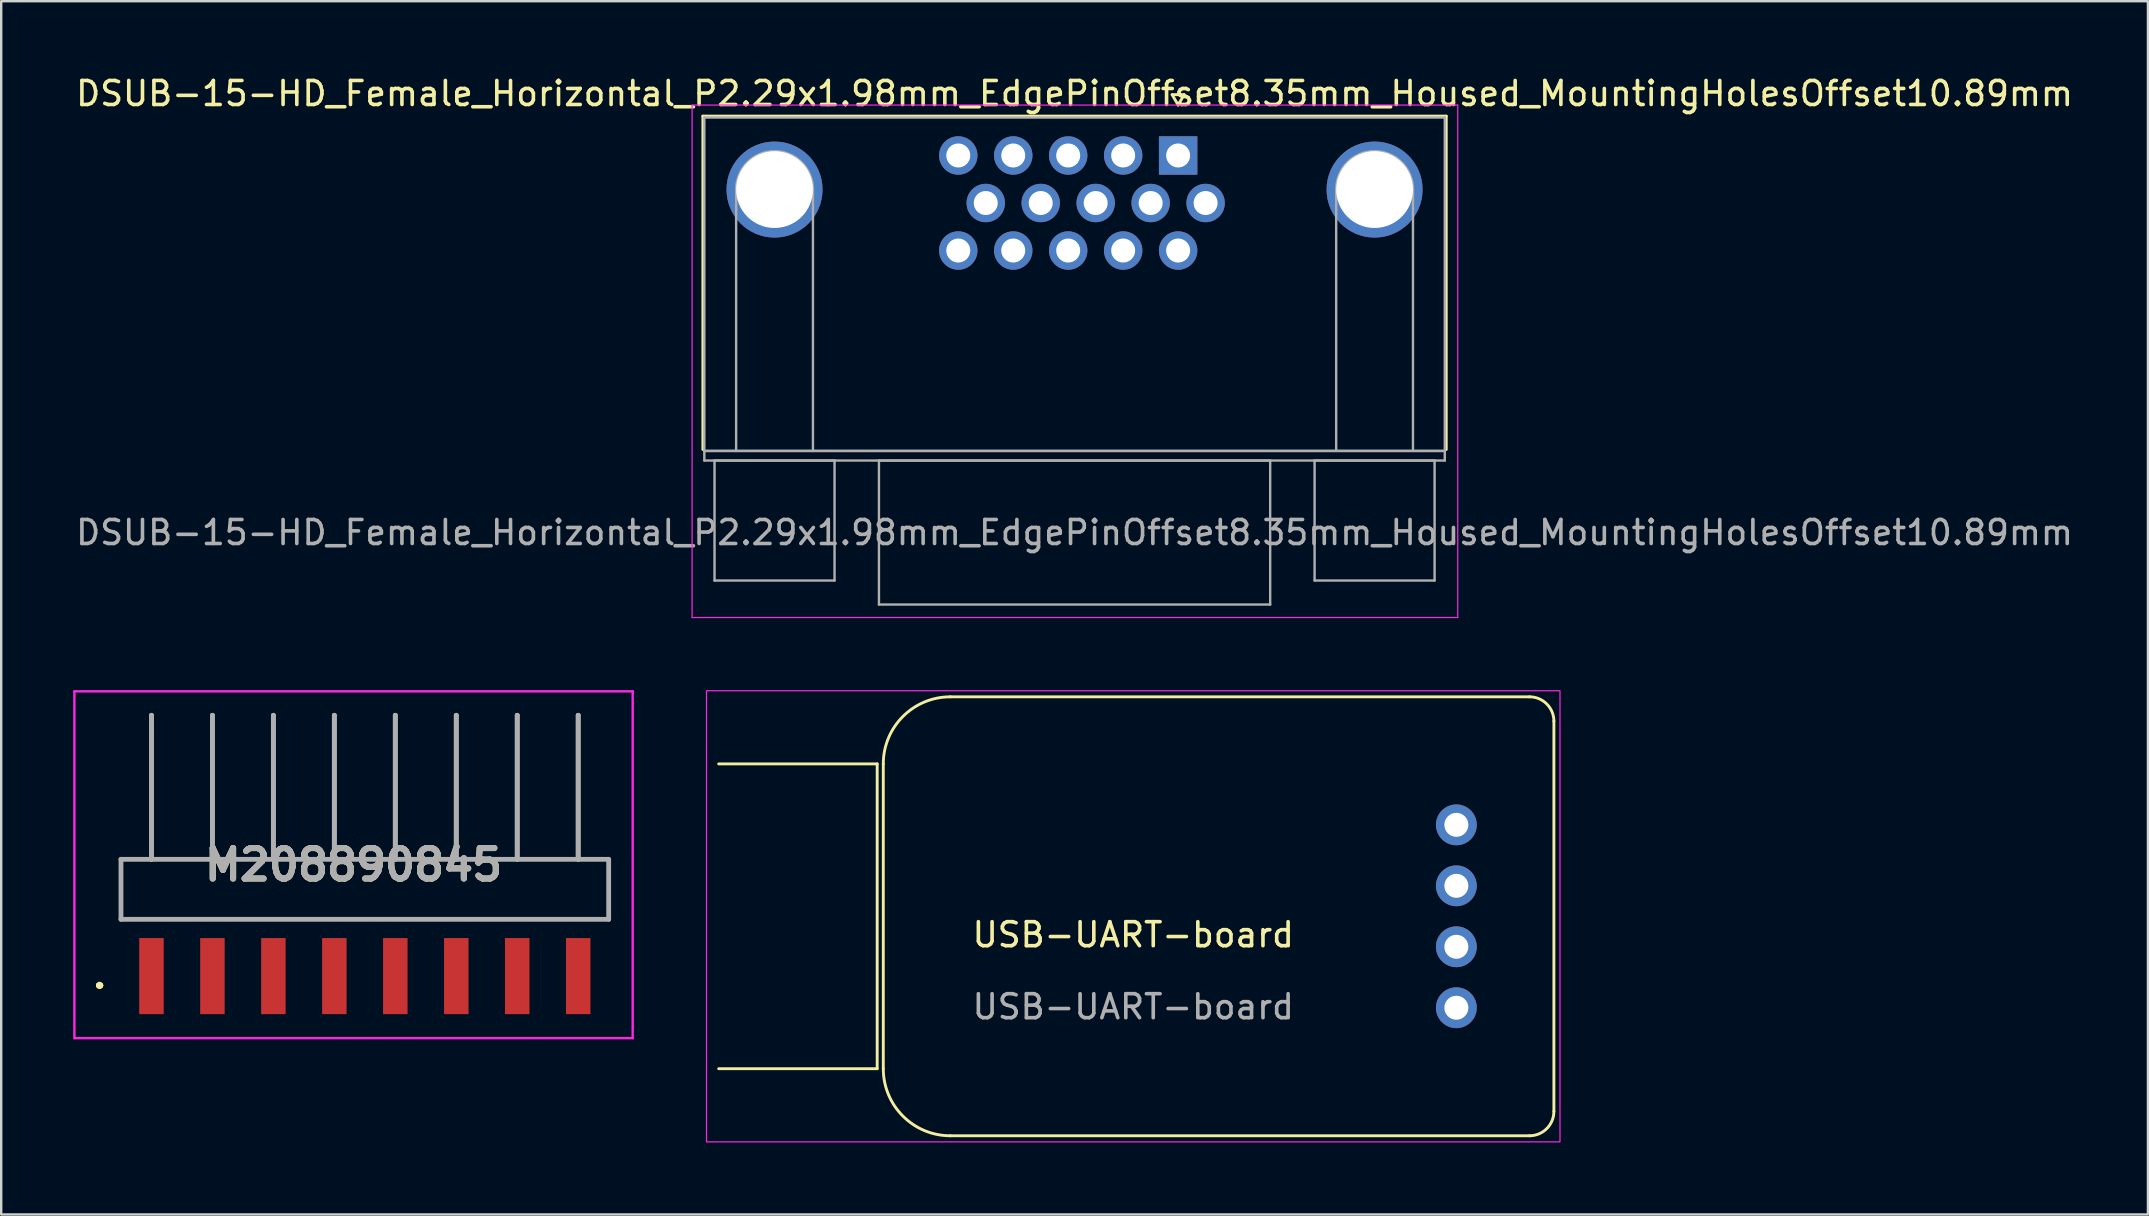
<source format=kicad_pcb>
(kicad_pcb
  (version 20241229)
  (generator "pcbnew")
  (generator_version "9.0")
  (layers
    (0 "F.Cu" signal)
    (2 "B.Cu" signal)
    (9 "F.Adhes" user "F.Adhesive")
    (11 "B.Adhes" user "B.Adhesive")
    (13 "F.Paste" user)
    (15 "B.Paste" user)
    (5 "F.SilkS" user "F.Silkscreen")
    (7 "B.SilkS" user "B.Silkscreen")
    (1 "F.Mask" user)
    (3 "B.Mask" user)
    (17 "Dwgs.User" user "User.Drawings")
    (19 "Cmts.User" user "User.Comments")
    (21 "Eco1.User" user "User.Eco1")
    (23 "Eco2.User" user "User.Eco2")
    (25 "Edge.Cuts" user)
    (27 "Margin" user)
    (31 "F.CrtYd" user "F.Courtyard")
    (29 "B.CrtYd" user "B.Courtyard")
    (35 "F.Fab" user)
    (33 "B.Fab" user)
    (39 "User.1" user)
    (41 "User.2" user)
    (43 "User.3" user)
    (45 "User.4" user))
  (footprint "M208890845"
    (layer "F.Cu")
    (at 12.15 34.003)
    (property "Reference" "M208890845" (at -0.47 -1.025 0) (layer "F.SilkS") (effects (font (size 1.27 1.27) (thickness 0.254))))
    (attr smd)
    (fp_line (start -11.1 4) (end -11.1 4) (stroke (width 0.2) (type solid)) (layer "F.SilkS"))
    (fp_line (start -11.1 4) (end -11.1 4) (stroke (width 0.2) (type solid)) (layer "F.SilkS"))
    (fp_line (start -11 4) (end -11 4) (stroke (width 0.2) (type solid)) (layer "F.SilkS"))
    (fp_line (start -10.16 -1.25) (end 10.16 -1.25) (stroke (width 0.1) (type solid)) (layer "F.SilkS"))
    (fp_line (start -10.16 1.25) (end -10.16 -1.25) (stroke (width 0.1) (type solid)) (layer "F.SilkS"))
    (fp_line (start 10.16 -1.25) (end 10.16 1.25) (stroke (width 0.1) (type solid)) (layer "F.SilkS"))
    (fp_line (start 10.16 1.25) (end -10.16 1.25) (stroke (width 0.1) (type solid)) (layer "F.SilkS"))
    (fp_arc (start -11.1 4) (mid -11.05 3.95) (end -11 4) (stroke (width 0.2) (type solid)) (layer "F.SilkS"))
    (fp_arc (start -11 4) (mid -11.05 4.05) (end -11.1 4) (stroke (width 0.2) (type solid)) (layer "F.SilkS"))
    (fp_arc (start -11 4) (mid -11.05 4.05) (end -11.1 4) (stroke (width 0.2) (type solid)) (layer "F.SilkS"))
    (fp_line (start -12.1 -8.25) (end 11.16 -8.25) (stroke (width 0.1) (type solid)) (layer "F.CrtYd"))
    (fp_line (start -12.1 6.2) (end -12.1 -8.25) (stroke (width 0.1) (type solid)) (layer "F.CrtYd"))
    (fp_line (start 11.16 -8.25) (end 11.16 6.2) (stroke (width 0.1) (type solid)) (layer "F.CrtYd"))
    (fp_line (start 11.16 6.2) (end -12.1 6.2) (stroke (width 0.1) (type solid)) (layer "F.CrtYd"))
    (fp_line (start -10.16 -1.25) (end -10.16 1.25) (stroke (width 0.2) (type solid)) (layer "F.Fab"))
    (fp_line (start -10.16 1.25) (end 10.16 1.25) (stroke (width 0.2) (type solid)) (layer "F.Fab"))
    (fp_line (start -8.89 -7.25) (end -8.89 -7.25) (stroke (width 0.2) (type solid)) (layer "F.Fab"))
    (fp_line (start -8.89 -7.25) (end -8.89 -1.25) (stroke (width 0.2) (type solid)) (layer "F.Fab"))
    (fp_line (start -8.89 -1.25) (end -8.89 -7.25) (stroke (width 0.2) (type solid)) (layer "F.Fab"))
    (fp_line (start -8.89 -1.25) (end -8.89 -1.25) (stroke (width 0.2) (type solid)) (layer "F.Fab"))
    (fp_line (start -6.35 -7.25) (end -6.35 -7.25) (stroke (width 0.2) (type solid)) (layer "F.Fab"))
    (fp_line (start -6.35 -7.25) (end -6.35 -1.25) (stroke (width 0.2) (type solid)) (layer "F.Fab"))
    (fp_line (start -6.35 -1.25) (end -6.35 -7.25) (stroke (width 0.2) (type solid)) (layer "F.Fab"))
    (fp_line (start -6.35 -1.25) (end -6.35 -1.25) (stroke (width 0.2) (type solid)) (layer "F.Fab"))
    (fp_line (start -3.81 -7.25) (end -3.81 -7.25) (stroke (width 0.2) (type solid)) (layer "F.Fab"))
    (fp_line (start -3.81 -7.25) (end -3.81 -1.25) (stroke (width 0.2) (type solid)) (layer "F.Fab"))
    (fp_line (start -3.81 -1.25) (end -3.81 -7.25) (stroke (width 0.2) (type solid)) (layer "F.Fab"))
    (fp_line (start -3.81 -1.25) (end -3.81 -1.25) (stroke (width 0.2) (type solid)) (layer "F.Fab"))
    (fp_line (start -1.27 -7.25) (end -1.27 -7.25) (stroke (width 0.2) (type solid)) (layer "F.Fab"))
    (fp_line (start -1.27 -7.25) (end -1.27 -1.25) (stroke (width 0.2) (type solid)) (layer "F.Fab"))
    (fp_line (start -1.27 -1.25) (end -1.27 -7.25) (stroke (width 0.2) (type solid)) (layer "F.Fab"))
    (fp_line (start -1.27 -1.25) (end -1.27 -1.25) (stroke (width 0.2) (type solid)) (layer "F.Fab"))
    (fp_line (start 1.27 -7.25) (end 1.27 -7.25) (stroke (width 0.2) (type solid)) (layer "F.Fab"))
    (fp_line (start 1.27 -7.25) (end 1.27 -1.25) (stroke (width 0.2) (type solid)) (layer "F.Fab"))
    (fp_line (start 1.27 -1.25) (end 1.27 -7.25) (stroke (width 0.2) (type solid)) (layer "F.Fab"))
    (fp_line (start 1.27 -1.25) (end 1.27 -1.25) (stroke (width 0.2) (type solid)) (layer "F.Fab"))
    (fp_line (start 3.81 -7.25) (end 3.81 -7.25) (stroke (width 0.2) (type solid)) (layer "F.Fab"))
    (fp_line (start 3.81 -7.25) (end 3.81 -1.25) (stroke (width 0.2) (type solid)) (layer "F.Fab"))
    (fp_line (start 3.81 -1.25) (end 3.81 -7.25) (stroke (width 0.2) (type solid)) (layer "F.Fab"))
    (fp_line (start 3.81 -1.25) (end 3.81 -1.25) (stroke (width 0.2) (type solid)) (layer "F.Fab"))
    (fp_line (start 6.35 -7.25) (end 6.35 -7.25) (stroke (width 0.2) (type solid)) (layer "F.Fab"))
    (fp_line (start 6.35 -7.25) (end 6.35 -1.25) (stroke (width 0.2) (type solid)) (layer "F.Fab"))
    (fp_line (start 6.35 -1.25) (end 6.35 -7.25) (stroke (width 0.2) (type solid)) (layer "F.Fab"))
    (fp_line (start 6.35 -1.25) (end 6.35 -1.25) (stroke (width 0.2) (type solid)) (layer "F.Fab"))
    (fp_line (start 8.89 -7.25) (end 8.89 -7.25) (stroke (width 0.2) (type solid)) (layer "F.Fab"))
    (fp_line (start 8.89 -7.25) (end 8.89 -1.25) (stroke (width 0.2) (type solid)) (layer "F.Fab"))
    (fp_line (start 8.89 -1.25) (end 8.89 -7.25) (stroke (width 0.2) (type solid)) (layer "F.Fab"))
    (fp_line (start 8.89 -1.25) (end 8.89 -1.25) (stroke (width 0.2) (type solid)) (layer "F.Fab"))
    (fp_line (start 10.16 -1.25) (end -10.16 -1.25) (stroke (width 0.2) (type solid)) (layer "F.Fab"))
    (fp_line (start 10.16 1.25) (end 10.16 -1.25) (stroke (width 0.2) (type solid)) (layer "F.Fab"))
    (fp_text user "${REFERENCE}" (at -0.47 -1.025 0) (layer "F.Fab") (effects (font (size 1.27 1.27) (thickness 0.254))))
    (pad "1" smd rect (at -8.89 3.615) (size 1.02 3.17) (layers "F.Cu" "F.Mask" "F.Paste"))
    (pad "2" smd rect (at -6.35 3.615) (size 1.02 3.17) (layers "F.Cu" "F.Mask" "F.Paste"))
    (pad "3" smd rect (at -3.81 3.615) (size 1.02 3.17) (layers "F.Cu" "F.Mask" "F.Paste"))
    (pad "4" smd rect (at -1.27 3.615) (size 1.02 3.17) (layers "F.Cu" "F.Mask" "F.Paste"))
    (pad "5" smd rect (at 1.27 3.615) (size 1.02 3.17) (layers "F.Cu" "F.Mask" "F.Paste"))
    (pad "6" smd rect (at 3.81 3.615) (size 1.02 3.17) (layers "F.Cu" "F.Mask" "F.Paste"))
    (pad "7" smd rect (at 6.35 3.615) (size 1.02 3.17) (layers "F.Cu" "F.Mask" "F.Paste"))
    (pad "8" smd rect (at 8.89 3.615) (size 1.02 3.17) (layers "F.Cu" "F.Mask" "F.Paste")))
  (footprint "DSUB-15-HD_Female_Horizontal_P2.29x1.98mm_EdgePinOffset8.35mm_Housed_MountingHolesOffset10.89mm"
    (layer "F.Cu")
    (at 46.035 3.428)
    (property "Reference" "DSUB-15-HD_Female_Horizontal_P2.29x1.98mm_EdgePinOffset8.35mm_Housed_MountingHolesOffset10.89mm" (at -4.315 -2.58 0) (layer "F.SilkS") (effects (font (size 1 1) (thickness 0.15))))
    (attr through_hole)
    (fp_line (start -19.8 -1.64) (end 11.17 -1.64) (stroke (width 0.12) (type solid)) (layer "F.SilkS"))
    (fp_line (start -19.8 12.25) (end -19.8 -1.64) (stroke (width 0.12) (type solid)) (layer "F.SilkS"))
    (fp_line (start -0.25 -2.534) (end 0.25 -2.534) (stroke (width 0.12) (type solid)) (layer "F.SilkS"))
    (fp_line (start 0 -2.101) (end -0.25 -2.534) (stroke (width 0.12) (type solid)) (layer "F.SilkS"))
    (fp_line (start 0.25 -2.534) (end 0 -2.101) (stroke (width 0.12) (type solid)) (layer "F.SilkS"))
    (fp_line (start 11.17 -1.64) (end 11.17 12.25) (stroke (width 0.12) (type solid)) (layer "F.SilkS"))
    (fp_line (start -20.25 -2.1) (end -20.25 19.25) (stroke (width 0.05) (type solid)) (layer "F.CrtYd"))
    (fp_line (start -20.25 19.25) (end 11.65 19.25) (stroke (width 0.05) (type solid)) (layer "F.CrtYd"))
    (fp_line (start 11.65 -2.1) (end -20.25 -2.1) (stroke (width 0.05) (type solid)) (layer "F.CrtYd"))
    (fp_line (start 11.65 19.25) (end 11.65 -2.1) (stroke (width 0.05) (type solid)) (layer "F.CrtYd"))
    (fp_line (start -19.74 -1.58) (end -19.74 12.31) (stroke (width 0.1) (type solid)) (layer "F.Fab"))
    (fp_line (start -19.74 12.31) (end -19.74 12.71) (stroke (width 0.1) (type solid)) (layer "F.Fab"))
    (fp_line (start -19.74 12.31) (end 11.11 12.31) (stroke (width 0.1) (type solid)) (layer "F.Fab"))
    (fp_line (start -19.74 12.71) (end 11.11 12.71) (stroke (width 0.1) (type solid)) (layer "F.Fab"))
    (fp_line (start -19.315 12.71) (end -19.315 17.71) (stroke (width 0.1) (type solid)) (layer "F.Fab"))
    (fp_line (start -19.315 17.71) (end -14.315 17.71) (stroke (width 0.1) (type solid)) (layer "F.Fab"))
    (fp_line (start -18.415 12.31) (end -18.415 1.42) (stroke (width 0.1) (type solid)) (layer "F.Fab"))
    (fp_line (start -15.215 12.31) (end -15.215 1.42) (stroke (width 0.1) (type solid)) (layer "F.Fab"))
    (fp_line (start -14.315 12.71) (end -19.315 12.71) (stroke (width 0.1) (type solid)) (layer "F.Fab"))
    (fp_line (start -14.315 17.71) (end -14.315 12.71) (stroke (width 0.1) (type solid)) (layer "F.Fab"))
    (fp_line (start -12.465 12.71) (end -12.465 18.71) (stroke (width 0.1) (type solid)) (layer "F.Fab"))
    (fp_line (start -12.465 18.71) (end 3.835 18.71) (stroke (width 0.1) (type solid)) (layer "F.Fab"))
    (fp_line (start 3.835 12.71) (end -12.465 12.71) (stroke (width 0.1) (type solid)) (layer "F.Fab"))
    (fp_line (start 3.835 18.71) (end 3.835 12.71) (stroke (width 0.1) (type solid)) (layer "F.Fab"))
    (fp_line (start 5.685 12.71) (end 5.685 17.71) (stroke (width 0.1) (type solid)) (layer "F.Fab"))
    (fp_line (start 5.685 17.71) (end 10.685 17.71) (stroke (width 0.1) (type solid)) (layer "F.Fab"))
    (fp_line (start 6.585 12.31) (end 6.585 1.42) (stroke (width 0.1) (type solid)) (layer "F.Fab"))
    (fp_line (start 9.785 12.31) (end 9.785 1.42) (stroke (width 0.1) (type solid)) (layer "F.Fab"))
    (fp_line (start 10.685 12.71) (end 5.685 12.71) (stroke (width 0.1) (type solid)) (layer "F.Fab"))
    (fp_line (start 10.685 17.71) (end 10.685 12.71) (stroke (width 0.1) (type solid)) (layer "F.Fab"))
    (fp_line (start 11.11 -1.58) (end -19.74 -1.58) (stroke (width 0.1) (type solid)) (layer "F.Fab"))
    (fp_line (start 11.11 12.31) (end -19.74 12.31) (stroke (width 0.1) (type solid)) (layer "F.Fab"))
    (fp_line (start 11.11 12.31) (end 11.11 -1.58) (stroke (width 0.1) (type solid)) (layer "F.Fab"))
    (fp_line (start 11.11 12.71) (end 11.11 12.31) (stroke (width 0.1) (type solid)) (layer "F.Fab"))
    (fp_arc (start -18.415 1.42) (mid -16.815 -0.18) (end -15.215 1.42) (stroke (width 0.1) (type solid)) (layer "F.Fab"))
    (fp_arc (start 6.585 1.42) (mid 8.185 -0.18) (end 9.785 1.42) (stroke (width 0.1) (type solid)) (layer "F.Fab"))
    (fp_text user "${REFERENCE}" (at -4.315 15.71 0) (layer "F.Fab") (effects (font (size 1 1) (thickness 0.15))))
    (pad "0" thru_hole circle (at -16.815 1.42) (size 4 4) (drill 3.2) (layers "*.Cu" "*.Mask"))
    (pad "0" thru_hole circle (at 8.185 1.42) (size 4 4) (drill 3.2) (layers "*.Cu" "*.Mask"))
    (pad "1" thru_hole rect (at 0 0) (size 1.6 1.6) (drill 1) (layers "*.Cu" "*.Mask"))
    (pad "2" thru_hole circle (at -2.29 0) (size 1.6 1.6) (drill 1) (layers "*.Cu" "*.Mask"))
    (pad "3" thru_hole circle (at -4.58 0) (size 1.6 1.6) (drill 1) (layers "*.Cu" "*.Mask"))
    (pad "4" thru_hole circle (at -6.87 0) (size 1.6 1.6) (drill 1) (layers "*.Cu" "*.Mask"))
    (pad "5" thru_hole circle (at -9.16 0) (size 1.6 1.6) (drill 1) (layers "*.Cu" "*.Mask"))
    (pad "6" thru_hole circle (at 1.145 1.98) (size 1.6 1.6) (drill 1) (layers "*.Cu" "*.Mask"))
    (pad "7" thru_hole circle (at -1.145 1.98) (size 1.6 1.6) (drill 1) (layers "*.Cu" "*.Mask"))
    (pad "8" thru_hole circle (at -3.435 1.98) (size 1.6 1.6) (drill 1) (layers "*.Cu" "*.Mask"))
    (pad "9" thru_hole circle (at -5.725 1.98) (size 1.6 1.6) (drill 1) (layers "*.Cu" "*.Mask"))
    (pad "10" thru_hole circle (at -8.015 1.98) (size 1.6 1.6) (drill 1) (layers "*.Cu" "*.Mask"))
    (pad "11" thru_hole circle (at 0 3.96) (size 1.6 1.6) (drill 1) (layers "*.Cu" "*.Mask"))
    (pad "12" thru_hole circle (at -2.29 3.96) (size 1.6 1.6) (drill 1) (layers "*.Cu" "*.Mask"))
    (pad "13" thru_hole circle (at -4.58 3.96) (size 1.6 1.6) (drill 1) (layers "*.Cu" "*.Mask"))
    (pad "14" thru_hole circle (at -6.87 3.96) (size 1.6 1.6) (drill 1) (layers "*.Cu" "*.Mask"))
    (pad "15" thru_hole circle (at -9.16 3.96) (size 1.6 1.6) (drill 1) (layers "*.Cu" "*.Mask")))
  (footprint "USB-UART-board"
    (layer "F.Cu")
    (at 44.165 35.126)
    (property "Reference" "USB-UART-board" (at 0 0.77 0) (unlocked yes) (layer "F.SilkS") (effects (font (size 1 1) (thickness 0.15))))
    (attr through_hole)
    (fp_line (start -10.668 -6.35) (end -17.272 -6.35) (stroke (width 0.12) (type default)) (layer "F.SilkS"))
    (fp_line (start -10.668 -6.35) (end -10.668 6.35) (stroke (width 0.12) (type default)) (layer "F.SilkS"))
    (fp_line (start -10.668 6.35) (end -17.272 6.35) (stroke (width 0.12) (type default)) (layer "F.SilkS"))
    (fp_line (start -10.414 -6.35) (end -10.414 6.35) (stroke (width 0.12) (type default)) (layer "F.SilkS"))
    (fp_line (start -7.62 -9.144) (end 16.51 -9.144) (stroke (width 0.12) (type default)) (layer "F.SilkS"))
    (fp_line (start 16.51 9.144) (end -7.62 9.144) (stroke (width 0.12) (type default)) (layer "F.SilkS"))
    (fp_line (start 17.526 -8.128) (end 17.526 8.128) (stroke (width 0.12) (type default)) (layer "F.SilkS"))
    (fp_arc (start -10.413998 -6.350002) (mid -9.595655 -8.325657) (end -7.62 -9.144) (stroke (width 0.12) (type default)) (layer "F.SilkS"))
    (fp_arc (start -7.620002 9.143998) (mid -9.595657 8.325655) (end -10.414 6.35) (stroke (width 0.12) (type default)) (layer "F.SilkS"))
    (fp_arc (start 16.510002 -9.144002) (mid 17.228422 -8.846422) (end 17.526002 -8.128002) (stroke (width 0.12) (type default)) (layer "F.SilkS"))
    (fp_arc (start 17.526002 8.128002) (mid 17.228422 8.846422) (end 16.510002 9.144002) (stroke (width 0.12) (type default)) (layer "F.SilkS"))
    (fp_rect (start -17.78 -9.398) (end 17.78 9.398) (stroke (width 0.05) (type default)) (fill no) (layer "F.CrtYd"))
    (fp_text user "${REFERENCE}" (at 0 3.77 0) (unlocked yes) (layer "F.Fab") (effects (font (size 1 1) (thickness 0.15))))
    (pad "1" thru_hole circle (at 13.462 -3.81) (size 1.7 1.7) (drill 1) (layers "*.Cu" "*.Mask"))
    (pad "2" thru_hole circle (at 13.462 -1.27) (size 1.7 1.7) (drill 1) (layers "*.Cu" "*.Mask"))
    (pad "3" thru_hole circle (at 13.462 1.27) (size 1.7 1.7) (drill 1) (layers "*.Cu" "*.Mask"))
    (pad "4" thru_hole circle (at 13.462 3.81) (size 1.7 1.7) (drill 1) (layers "*.Cu" "*.Mask")))
  (gr_rect
    (start -3 -3)
    (end 86.44 47.549)
    (stroke (width 0.1) (type default))
    (fill no)
    (layer "Edge.Cuts")))
</source>
